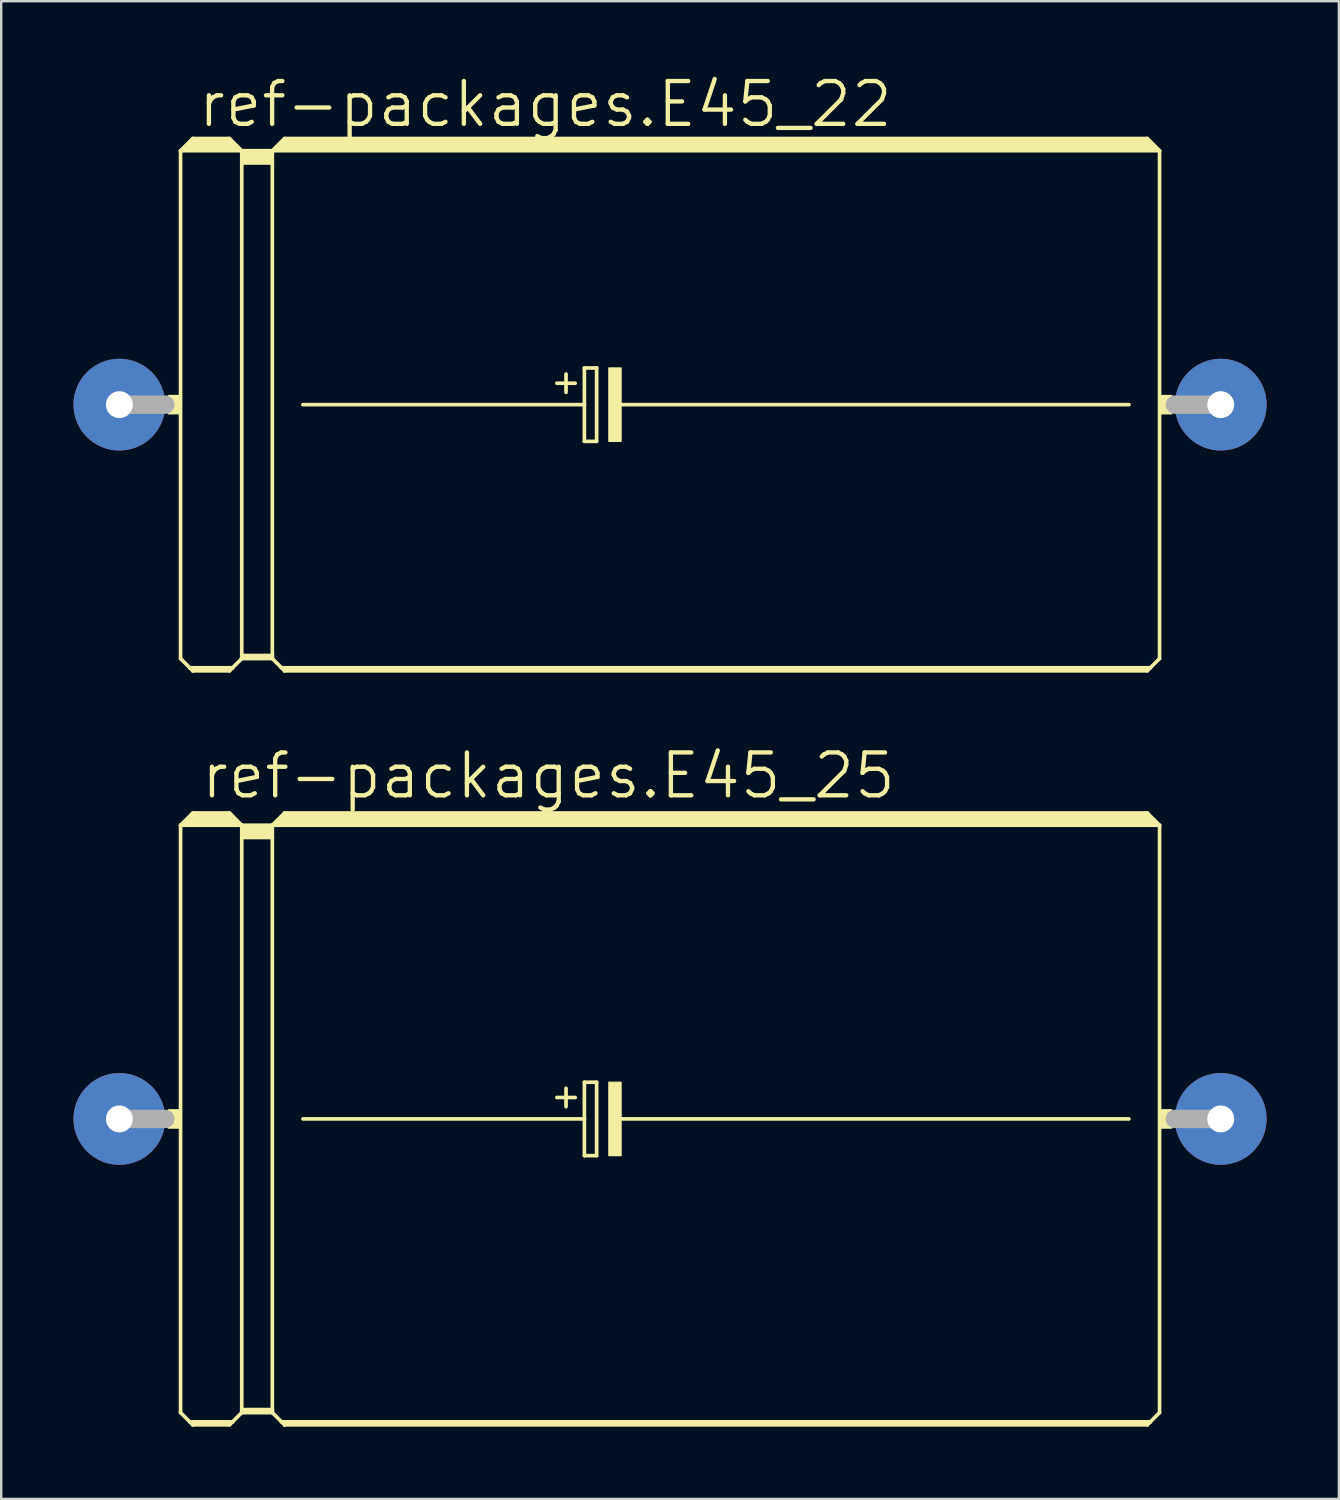
<source format=kicad_pcb>
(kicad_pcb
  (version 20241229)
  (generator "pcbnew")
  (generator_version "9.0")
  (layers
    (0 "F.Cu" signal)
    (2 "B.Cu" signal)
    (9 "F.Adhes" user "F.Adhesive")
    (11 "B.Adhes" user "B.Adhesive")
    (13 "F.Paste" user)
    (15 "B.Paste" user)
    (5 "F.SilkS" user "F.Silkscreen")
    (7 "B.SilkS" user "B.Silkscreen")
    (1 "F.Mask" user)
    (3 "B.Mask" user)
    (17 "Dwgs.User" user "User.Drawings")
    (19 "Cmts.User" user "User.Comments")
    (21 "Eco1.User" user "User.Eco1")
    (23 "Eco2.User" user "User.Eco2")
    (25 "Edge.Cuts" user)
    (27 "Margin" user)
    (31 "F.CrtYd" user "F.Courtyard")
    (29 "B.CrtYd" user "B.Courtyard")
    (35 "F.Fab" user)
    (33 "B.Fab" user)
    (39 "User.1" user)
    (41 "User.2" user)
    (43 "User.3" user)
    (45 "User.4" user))
  (footprint "ref-packages.E45_25"
    (layer "F.Cu")
    (at 24.765 43.399)
    (property "Reference" "ref-packages.E45_25" (at -19.558 -13.208 0) (layer "F.SilkS") (effects (font (size 1.778 1.778) (thickness 0.18)) (justify left bottom)))
    (attr through_hole)
    (fp_line (start -20.32 -12.192) (end -20.32 12.192) (stroke (width 0.152) (type default)) (layer "F.SilkS"))
    (fp_line (start -20.32 -12.192) (end -19.812 -12.7) (stroke (width 0.152) (type default)) (layer "F.SilkS"))
    (fp_line (start -20.32 -12.192) (end -17.78 -12.192) (stroke (width 0.152) (type default)) (layer "F.SilkS"))
    (fp_line (start -20.32 12.192) (end -19.939 12.573) (stroke (width 0.152) (type default)) (layer "F.SilkS"))
    (fp_line (start -20.066 -12.319) (end -18.034 -12.319) (stroke (width 0.305) (type default)) (layer "F.SilkS"))
    (fp_line (start -19.939 12.573) (end -19.812 12.7) (stroke (width 0.152) (type default)) (layer "F.SilkS"))
    (fp_line (start -19.939 12.573) (end -18.161 12.573) (stroke (width 0.152) (type default)) (layer "F.SilkS"))
    (fp_line (start -19.812 -12.7) (end -18.288 -12.7) (stroke (width 0.152) (type default)) (layer "F.SilkS"))
    (fp_line (start -19.812 -12.573) (end -18.288 -12.573) (stroke (width 0.305) (type default)) (layer "F.SilkS"))
    (fp_line (start -19.812 12.649) (end -18.288 12.649) (stroke (width 0.152) (type default)) (layer "F.SilkS"))
    (fp_line (start -19.812 12.7) (end -19.812 12.649) (stroke (width 0.152) (type default)) (layer "F.SilkS"))
    (fp_line (start -19.812 12.7) (end -18.288 12.7) (stroke (width 0.152) (type default)) (layer "F.SilkS"))
    (fp_line (start -18.288 -12.7) (end -17.78 -12.192) (stroke (width 0.152) (type default)) (layer "F.SilkS"))
    (fp_line (start -18.288 12.7) (end -18.161 12.573) (stroke (width 0.152) (type default)) (layer "F.SilkS"))
    (fp_line (start -18.161 12.573) (end -17.78 12.192) (stroke (width 0.152) (type default)) (layer "F.SilkS"))
    (fp_line (start -17.78 -12.192) (end -16.51 -12.192) (stroke (width 0.152) (type default)) (layer "F.SilkS"))
    (fp_line (start -17.78 -11.684) (end -17.78 -12.192) (stroke (width 0.152) (type default)) (layer "F.SilkS"))
    (fp_line (start -17.78 -11.684) (end -16.51 -11.684) (stroke (width 0.152) (type default)) (layer "F.SilkS"))
    (fp_line (start -17.78 12.065) (end -17.78 -11.684) (stroke (width 0.152) (type default)) (layer "F.SilkS"))
    (fp_line (start -17.78 12.065) (end -16.51 12.065) (stroke (width 0.152) (type default)) (layer "F.SilkS"))
    (fp_line (start -17.78 12.141) (end -17.78 12.065) (stroke (width 0.152) (type default)) (layer "F.SilkS"))
    (fp_line (start -17.78 12.141) (end -16.51 12.141) (stroke (width 0.152) (type default)) (layer "F.SilkS"))
    (fp_line (start -17.78 12.192) (end -17.78 12.141) (stroke (width 0.152) (type default)) (layer "F.SilkS"))
    (fp_line (start -17.78 12.192) (end -16.51 12.192) (stroke (width 0.152) (type default)) (layer "F.SilkS"))
    (fp_line (start -17.653 -12.065) (end -16.637 -12.065) (stroke (width 0.305) (type default)) (layer "F.SilkS"))
    (fp_line (start -17.653 -11.811) (end -16.637 -11.811) (stroke (width 0.305) (type default)) (layer "F.SilkS"))
    (fp_line (start -16.51 -12.192) (end -16.002 -12.7) (stroke (width 0.152) (type default)) (layer "F.SilkS"))
    (fp_line (start -16.51 -12.192) (end 20.32 -12.192) (stroke (width 0.152) (type default)) (layer "F.SilkS"))
    (fp_line (start -16.51 -11.684) (end -16.51 -12.192) (stroke (width 0.152) (type default)) (layer "F.SilkS"))
    (fp_line (start -16.51 12.065) (end -16.51 -11.684) (stroke (width 0.152) (type default)) (layer "F.SilkS"))
    (fp_line (start -16.51 12.141) (end -16.51 12.065) (stroke (width 0.152) (type default)) (layer "F.SilkS"))
    (fp_line (start -16.51 12.192) (end -16.51 12.141) (stroke (width 0.152) (type default)) (layer "F.SilkS"))
    (fp_line (start -16.51 12.192) (end -16.129 12.573) (stroke (width 0.152) (type default)) (layer "F.SilkS"))
    (fp_line (start -16.256 -12.319) (end 20.066 -12.319) (stroke (width 0.305) (type default)) (layer "F.SilkS"))
    (fp_line (start -16.129 12.573) (end -16.002 12.7) (stroke (width 0.152) (type default)) (layer "F.SilkS"))
    (fp_line (start -16.129 12.573) (end 19.939 12.573) (stroke (width 0.152) (type default)) (layer "F.SilkS"))
    (fp_line (start -16.002 -12.7) (end 19.812 -12.7) (stroke (width 0.152) (type default)) (layer "F.SilkS"))
    (fp_line (start -16.002 -12.573) (end 19.812 -12.573) (stroke (width 0.305) (type default)) (layer "F.SilkS"))
    (fp_line (start -16.002 12.649) (end 19.812 12.649) (stroke (width 0.152) (type default)) (layer "F.SilkS"))
    (fp_line (start -16.002 12.7) (end -16.002 12.649) (stroke (width 0.152) (type default)) (layer "F.SilkS"))
    (fp_line (start -16.002 12.7) (end 19.812 12.7) (stroke (width 0.152) (type default)) (layer "F.SilkS"))
    (fp_line (start -15.24 0) (end -3.556 0) (stroke (width 0.152) (type default)) (layer "F.SilkS"))
    (fp_line (start -4.699 -0.889) (end -3.937 -0.889) (stroke (width 0.152) (type default)) (layer "F.SilkS"))
    (fp_line (start -4.318 -1.27) (end -4.318 -0.508) (stroke (width 0.152) (type default)) (layer "F.SilkS"))
    (fp_line (start -3.556 -1.524) (end -3.556 0) (stroke (width 0.152) (type default)) (layer "F.SilkS"))
    (fp_line (start -3.556 0) (end -3.556 1.524) (stroke (width 0.152) (type default)) (layer "F.SilkS"))
    (fp_line (start -3.556 1.524) (end -3.048 1.524) (stroke (width 0.152) (type default)) (layer "F.SilkS"))
    (fp_line (start -3.048 -1.524) (end -3.556 -1.524) (stroke (width 0.152) (type default)) (layer "F.SilkS"))
    (fp_line (start -3.048 1.524) (end -3.048 -1.524) (stroke (width 0.152) (type default)) (layer "F.SilkS"))
    (fp_line (start -2.159 0) (end 19.05 0) (stroke (width 0.152) (type default)) (layer "F.SilkS"))
    (fp_line (start 19.812 -12.7) (end 20.32 -12.192) (stroke (width 0.152) (type default)) (layer "F.SilkS"))
    (fp_line (start 19.812 12.7) (end 19.939 12.573) (stroke (width 0.152) (type default)) (layer "F.SilkS"))
    (fp_line (start 19.939 12.573) (end 20.32 12.192) (stroke (width 0.152) (type default)) (layer "F.SilkS"))
    (fp_line (start 20.32 -12.192) (end 20.32 12.192) (stroke (width 0.152) (type default)) (layer "F.SilkS"))
    (fp_rect (start -20.828 0.381) (end -20.32 -0.381) (stroke (width 0.05) (type default)) (fill yes) (layer "F.SilkS"))
    (fp_rect (start -2.54 1.524) (end -2.032 -1.524) (stroke (width 0.05) (type default)) (fill yes) (layer "F.SilkS"))
    (fp_rect (start 20.32 0.381) (end 20.828 -0.381) (stroke (width 0.05) (type default)) (fill yes) (layer "F.SilkS"))
    (fp_line (start -22.86 0) (end -20.955 0) (stroke (width 0.762) (type default)) (layer "F.Fab"))
    (fp_line (start 22.86 0) (end 20.955 0) (stroke (width 0.762) (type default)) (layer "F.Fab"))
    (pad "+" thru_hole circle (at -22.86 0) (size 3.81 3.81) (drill 1.118) (layers "*.Cu" "*.Mask"))
    (pad "-" thru_hole circle (at 22.86 0) (size 3.81 3.81) (drill 1.118) (layers "*.Cu" "*.Mask")))
  (footprint "ref-packages.E45_22"
    (layer "F.Cu")
    (at 24.765 13.748)
    (property "Reference" "ref-packages.E45_22" (at -19.685 -11.43 0) (layer "F.SilkS") (effects (font (size 1.778 1.778) (thickness 0.18)) (justify left bottom)))
    (attr through_hole)
    (fp_line (start -20.32 -10.541) (end -20.32 10.541) (stroke (width 0.152) (type default)) (layer "F.SilkS"))
    (fp_line (start -20.32 -10.541) (end -19.812 -11.049) (stroke (width 0.152) (type default)) (layer "F.SilkS"))
    (fp_line (start -20.32 -10.541) (end -17.78 -10.541) (stroke (width 0.152) (type default)) (layer "F.SilkS"))
    (fp_line (start -20.32 10.541) (end -19.939 10.922) (stroke (width 0.152) (type default)) (layer "F.SilkS"))
    (fp_line (start -20.066 -10.668) (end -18.034 -10.668) (stroke (width 0.305) (type default)) (layer "F.SilkS"))
    (fp_line (start -19.939 10.922) (end -19.812 11.049) (stroke (width 0.152) (type default)) (layer "F.SilkS"))
    (fp_line (start -19.939 10.922) (end -18.161 10.922) (stroke (width 0.152) (type default)) (layer "F.SilkS"))
    (fp_line (start -19.812 -11.049) (end -18.288 -11.049) (stroke (width 0.152) (type default)) (layer "F.SilkS"))
    (fp_line (start -19.812 -10.922) (end -18.288 -10.922) (stroke (width 0.305) (type default)) (layer "F.SilkS"))
    (fp_line (start -19.812 10.998) (end -18.288 10.998) (stroke (width 0.152) (type default)) (layer "F.SilkS"))
    (fp_line (start -19.812 11.049) (end -19.812 10.998) (stroke (width 0.152) (type default)) (layer "F.SilkS"))
    (fp_line (start -19.812 11.049) (end -18.288 11.049) (stroke (width 0.152) (type default)) (layer "F.SilkS"))
    (fp_line (start -18.288 -11.049) (end -17.78 -10.541) (stroke (width 0.152) (type default)) (layer "F.SilkS"))
    (fp_line (start -18.288 11.049) (end -18.161 10.922) (stroke (width 0.152) (type default)) (layer "F.SilkS"))
    (fp_line (start -18.161 10.922) (end -17.78 10.541) (stroke (width 0.152) (type default)) (layer "F.SilkS"))
    (fp_line (start -17.78 -10.541) (end -16.51 -10.541) (stroke (width 0.152) (type default)) (layer "F.SilkS"))
    (fp_line (start -17.78 -10.033) (end -17.78 -10.541) (stroke (width 0.152) (type default)) (layer "F.SilkS"))
    (fp_line (start -17.78 -10.033) (end -16.51 -10.033) (stroke (width 0.152) (type default)) (layer "F.SilkS"))
    (fp_line (start -17.78 10.414) (end -17.78 -10.033) (stroke (width 0.152) (type default)) (layer "F.SilkS"))
    (fp_line (start -17.78 10.414) (end -16.51 10.414) (stroke (width 0.152) (type default)) (layer "F.SilkS"))
    (fp_line (start -17.78 10.49) (end -17.78 10.414) (stroke (width 0.152) (type default)) (layer "F.SilkS"))
    (fp_line (start -17.78 10.49) (end -16.51 10.49) (stroke (width 0.152) (type default)) (layer "F.SilkS"))
    (fp_line (start -17.78 10.541) (end -17.78 10.49) (stroke (width 0.152) (type default)) (layer "F.SilkS"))
    (fp_line (start -17.78 10.541) (end -16.51 10.541) (stroke (width 0.152) (type default)) (layer "F.SilkS"))
    (fp_line (start -17.653 -10.414) (end -16.637 -10.414) (stroke (width 0.305) (type default)) (layer "F.SilkS"))
    (fp_line (start -17.653 -10.16) (end -16.637 -10.16) (stroke (width 0.305) (type default)) (layer "F.SilkS"))
    (fp_line (start -16.51 -10.541) (end -16.002 -11.049) (stroke (width 0.152) (type default)) (layer "F.SilkS"))
    (fp_line (start -16.51 -10.541) (end 20.32 -10.541) (stroke (width 0.152) (type default)) (layer "F.SilkS"))
    (fp_line (start -16.51 -10.033) (end -16.51 -10.541) (stroke (width 0.152) (type default)) (layer "F.SilkS"))
    (fp_line (start -16.51 10.414) (end -16.51 -10.033) (stroke (width 0.152) (type default)) (layer "F.SilkS"))
    (fp_line (start -16.51 10.49) (end -16.51 10.414) (stroke (width 0.152) (type default)) (layer "F.SilkS"))
    (fp_line (start -16.51 10.541) (end -16.51 10.49) (stroke (width 0.152) (type default)) (layer "F.SilkS"))
    (fp_line (start -16.51 10.541) (end -16.129 10.922) (stroke (width 0.152) (type default)) (layer "F.SilkS"))
    (fp_line (start -16.256 -10.668) (end 20.066 -10.668) (stroke (width 0.305) (type default)) (layer "F.SilkS"))
    (fp_line (start -16.129 10.922) (end -16.002 11.049) (stroke (width 0.152) (type default)) (layer "F.SilkS"))
    (fp_line (start -16.129 10.922) (end 19.939 10.922) (stroke (width 0.152) (type default)) (layer "F.SilkS"))
    (fp_line (start -16.002 -11.049) (end 19.812 -11.049) (stroke (width 0.152) (type default)) (layer "F.SilkS"))
    (fp_line (start -16.002 -10.922) (end 19.812 -10.922) (stroke (width 0.305) (type default)) (layer "F.SilkS"))
    (fp_line (start -16.002 10.998) (end 19.812 10.998) (stroke (width 0.152) (type default)) (layer "F.SilkS"))
    (fp_line (start -16.002 11.049) (end -16.002 10.998) (stroke (width 0.152) (type default)) (layer "F.SilkS"))
    (fp_line (start -16.002 11.049) (end 19.812 11.049) (stroke (width 0.152) (type default)) (layer "F.SilkS"))
    (fp_line (start -15.24 0) (end -3.556 0) (stroke (width 0.152) (type default)) (layer "F.SilkS"))
    (fp_line (start -4.699 -0.889) (end -3.937 -0.889) (stroke (width 0.152) (type default)) (layer "F.SilkS"))
    (fp_line (start -4.318 -1.27) (end -4.318 -0.508) (stroke (width 0.152) (type default)) (layer "F.SilkS"))
    (fp_line (start -3.556 -1.524) (end -3.556 0) (stroke (width 0.152) (type default)) (layer "F.SilkS"))
    (fp_line (start -3.556 0) (end -3.556 1.524) (stroke (width 0.152) (type default)) (layer "F.SilkS"))
    (fp_line (start -3.556 1.524) (end -3.048 1.524) (stroke (width 0.152) (type default)) (layer "F.SilkS"))
    (fp_line (start -3.048 -1.524) (end -3.556 -1.524) (stroke (width 0.152) (type default)) (layer "F.SilkS"))
    (fp_line (start -3.048 1.524) (end -3.048 -1.524) (stroke (width 0.152) (type default)) (layer "F.SilkS"))
    (fp_line (start -2.159 0) (end 19.05 0) (stroke (width 0.152) (type default)) (layer "F.SilkS"))
    (fp_line (start 19.812 -11.049) (end 20.32 -10.541) (stroke (width 0.152) (type default)) (layer "F.SilkS"))
    (fp_line (start 19.812 11.049) (end 19.939 10.922) (stroke (width 0.152) (type default)) (layer "F.SilkS"))
    (fp_line (start 19.939 10.922) (end 20.32 10.541) (stroke (width 0.152) (type default)) (layer "F.SilkS"))
    (fp_line (start 20.32 -10.541) (end 20.32 10.541) (stroke (width 0.152) (type default)) (layer "F.SilkS"))
    (fp_rect (start -20.828 0.381) (end -20.32 -0.381) (stroke (width 0.05) (type default)) (fill yes) (layer "F.SilkS"))
    (fp_rect (start -2.54 1.524) (end -2.032 -1.524) (stroke (width 0.05) (type default)) (fill yes) (layer "F.SilkS"))
    (fp_rect (start 20.32 0.381) (end 20.828 -0.381) (stroke (width 0.05) (type default)) (fill yes) (layer "F.SilkS"))
    (fp_line (start -22.86 0) (end -20.955 0) (stroke (width 0.762) (type default)) (layer "F.Fab"))
    (fp_line (start 22.86 0) (end 20.955 0) (stroke (width 0.762) (type default)) (layer "F.Fab"))
    (pad "+" thru_hole circle (at -22.86 0) (size 3.81 3.81) (drill 1.118) (layers "*.Cu" "*.Mask"))
    (pad "-" thru_hole circle (at 22.86 0) (size 3.81 3.81) (drill 1.118) (layers "*.Cu" "*.Mask")))
  (gr_rect
    (start -3 -3)
    (end 52.53 59.175)
    (stroke (width 0.1) (type default))
    (fill no)
    (layer "Edge.Cuts")))
</source>
